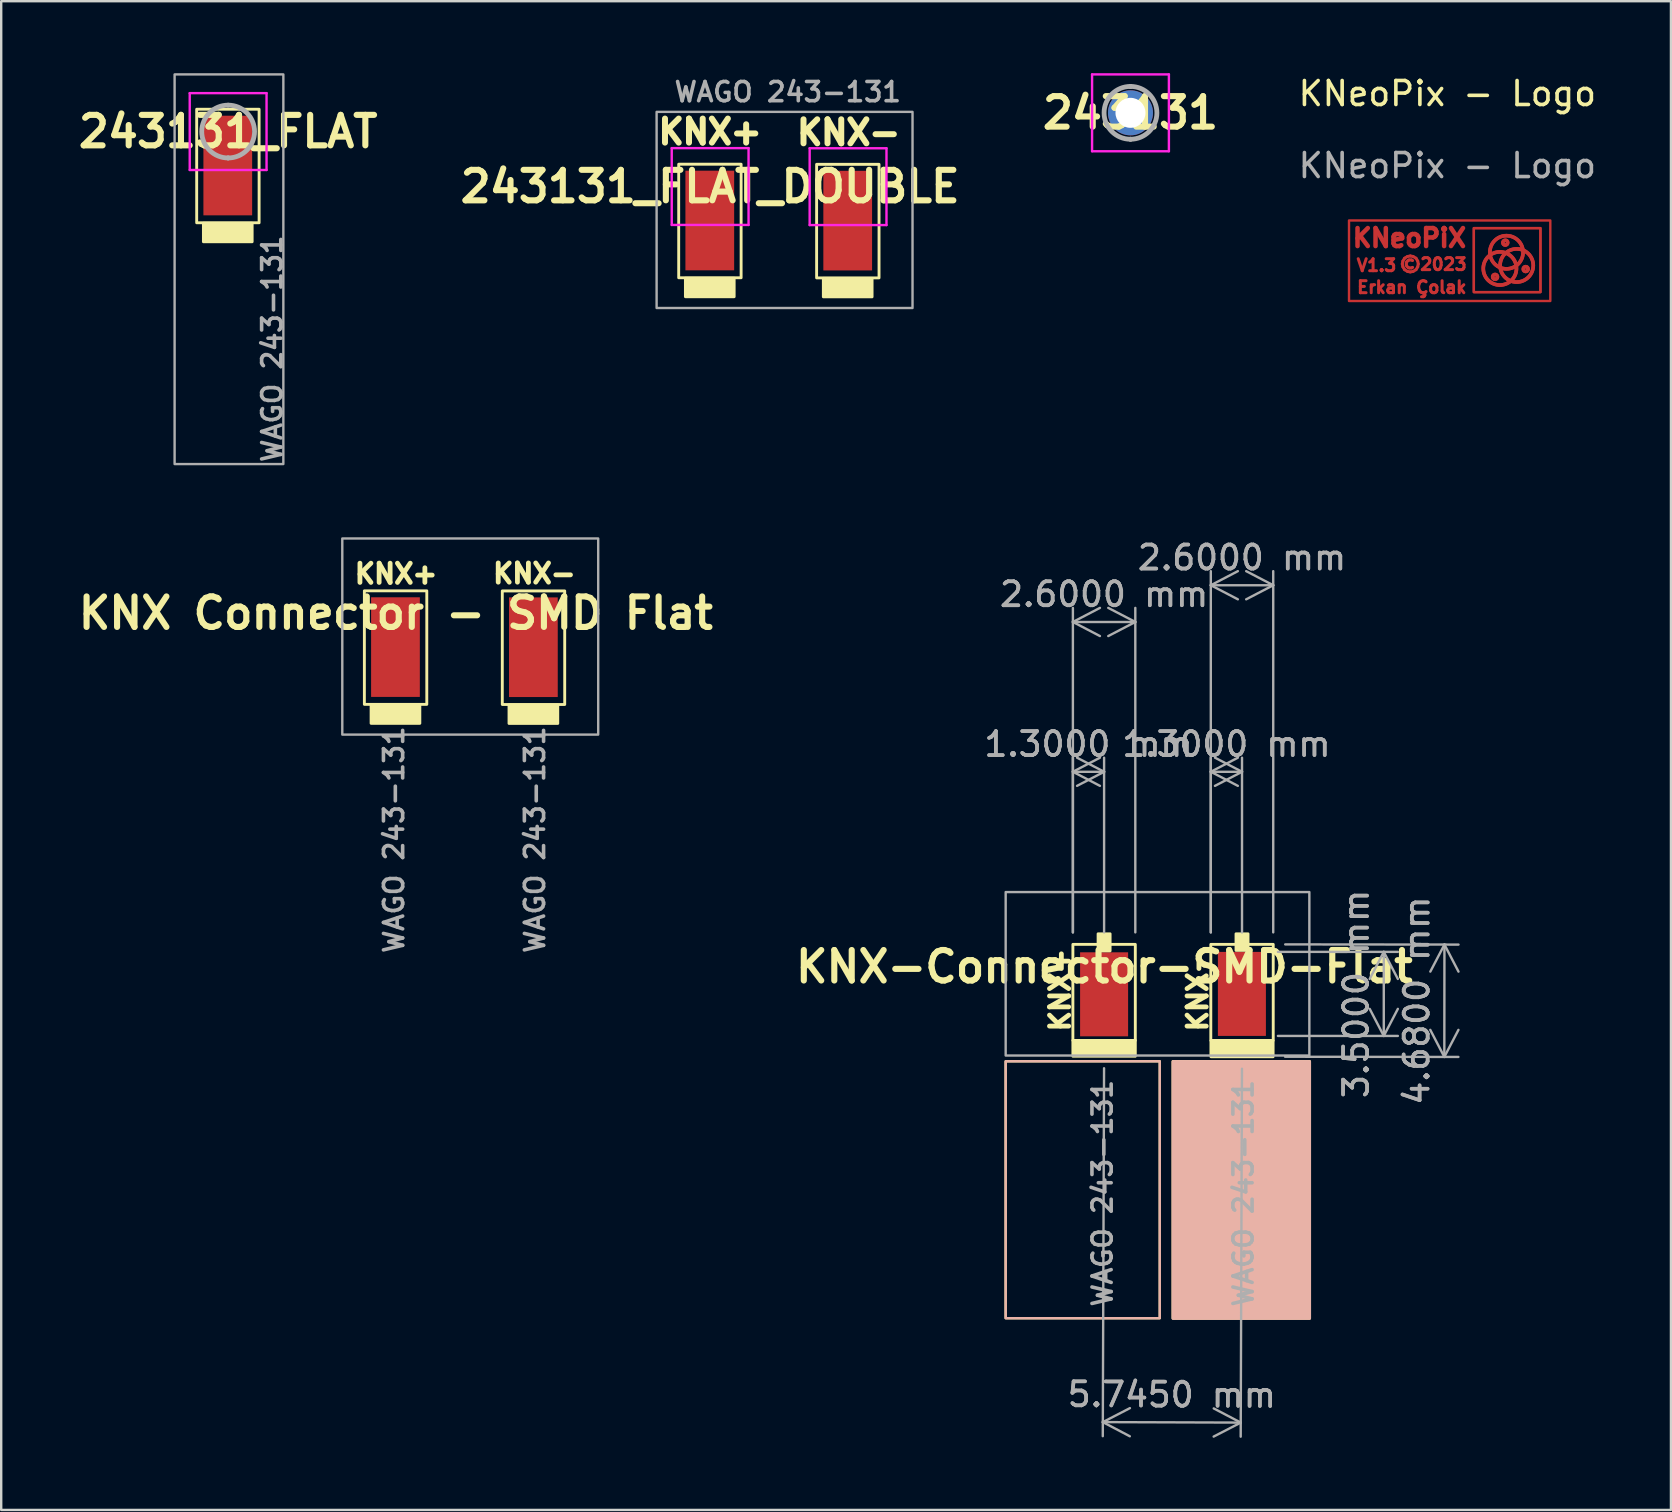
<source format=kicad_pcb>
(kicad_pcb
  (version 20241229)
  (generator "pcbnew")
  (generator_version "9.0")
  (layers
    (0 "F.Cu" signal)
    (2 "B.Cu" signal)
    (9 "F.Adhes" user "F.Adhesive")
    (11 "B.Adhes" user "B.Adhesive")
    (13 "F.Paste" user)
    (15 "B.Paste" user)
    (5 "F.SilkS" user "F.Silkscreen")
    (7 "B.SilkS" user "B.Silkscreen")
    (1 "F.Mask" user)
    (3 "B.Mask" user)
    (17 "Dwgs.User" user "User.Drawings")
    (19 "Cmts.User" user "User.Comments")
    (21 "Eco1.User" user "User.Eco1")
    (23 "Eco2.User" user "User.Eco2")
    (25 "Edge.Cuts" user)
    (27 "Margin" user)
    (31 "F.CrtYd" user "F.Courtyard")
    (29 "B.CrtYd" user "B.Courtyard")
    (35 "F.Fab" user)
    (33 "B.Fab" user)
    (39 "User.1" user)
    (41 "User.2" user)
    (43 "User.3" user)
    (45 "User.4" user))
  (footprint "243131_FLAT_DOUBLE"
    (layer "F.Cu")
    (at 26.531 4.72)
    (property "Reference" "243131_FLAT_DOUBLE" (at 0 0 0) (layer "F.SilkS") (effects (font (size 1.27 1.27) (thickness 0.254))))
    (attr through_hole)
    (fp_rect (start -1.31 -0.93) (end 1.29 3.8) (stroke (width 0.12) (type default)) (fill no) (layer "F.SilkS"))
    (fp_rect (start -1.03 3.82) (end 1 4.59) (stroke (width 0.12) (type solid)) (fill yes) (layer "F.SilkS"))
    (fp_rect (start 4.435 -0.925) (end 7.035 3.805) (stroke (width 0.12) (type default)) (fill no) (layer "F.SilkS"))
    (fp_rect (start 4.715 3.825) (end 6.745 4.595) (stroke (width 0.12) (type solid)) (fill yes) (layer "F.SilkS"))
    (fp_line (start -1.6 -1.6) (end 1.6 -1.6) (stroke (width 0.1) (type solid)) (layer "F.CrtYd"))
    (fp_line (start -1.6 1.6) (end -1.6 -1.6) (stroke (width 0.1) (type solid)) (layer "F.CrtYd"))
    (fp_line (start 1.6 -1.6) (end 1.6 1.6) (stroke (width 0.1) (type solid)) (layer "F.CrtYd"))
    (fp_line (start 1.6 1.6) (end -1.6 1.6) (stroke (width 0.1) (type solid)) (layer "F.CrtYd"))
    (fp_line (start 4.145 -1.595) (end 7.345 -1.595) (stroke (width 0.1) (type solid)) (layer "F.CrtYd"))
    (fp_line (start 4.145 1.605) (end 4.145 -1.595) (stroke (width 0.1) (type solid)) (layer "F.CrtYd"))
    (fp_line (start 7.345 -1.595) (end 7.345 1.605) (stroke (width 0.1) (type solid)) (layer "F.CrtYd"))
    (fp_line (start 7.345 1.605) (end 4.145 1.605) (stroke (width 0.1) (type solid)) (layer "F.CrtYd"))
    (fp_rect (start -2.23 -3.11) (end 8.43 5.06) (stroke (width 0.1) (type default)) (fill no) (layer "F.Fab"))
    (fp_text user "KNX+" (at 0 -2.28 0) (layer "F.SilkS") (effects (font (size 1 1) (thickness 0.25))))
    (fp_text user "KNX-" (at 5.77 -2.25 0) (layer "F.SilkS") (effects (font (size 1 1) (thickness 0.25))))
    (fp_text user "WAGO 243-131" (at -1.57 -3.47 0) (unlocked yes) (layer "F.Fab") (effects (font (size 0.8 0.8) (thickness 0.15)) (justify left bottom)))
    (pad "1" smd rect (at -0.015 1.415) (size 2.03 4.15) (layers "F.Cu" "F.Mask" "F.Paste"))
    (pad "2" smd rect (at 5.73 1.42) (size 2.03 4.15) (layers "F.Cu" "F.Mask" "F.Paste")))
  (footprint "243131"
    (layer "F.Cu")
    (at 44.04 1.65)
    (property "Reference" "243131" (at 0 0 0) (layer "F.SilkS") (effects (font (size 1.27 1.27) (thickness 0.254))))
    (attr through_hole)
    (fp_line (start 0 -1.1) (end 0 -1.1) (stroke (width 0.1) (type solid)) (layer "F.SilkS"))
    (fp_line (start 0 1.1) (end 0 1.1) (stroke (width 0.1) (type solid)) (layer "F.SilkS"))
    (fp_arc (start 0 -1.1) (mid 1.1 0) (end 0 1.1) (stroke (width 0.1) (type solid)) (layer "F.SilkS"))
    (fp_arc (start 0 1.1) (mid -1.1 0) (end 0 -1.1) (stroke (width 0.1) (type solid)) (layer "F.SilkS"))
    (fp_line (start -1.6 -1.6) (end 1.6 -1.6) (stroke (width 0.1) (type solid)) (layer "F.CrtYd"))
    (fp_line (start -1.6 1.6) (end -1.6 -1.6) (stroke (width 0.1) (type solid)) (layer "F.CrtYd"))
    (fp_line (start 1.6 -1.6) (end 1.6 1.6) (stroke (width 0.1) (type solid)) (layer "F.CrtYd"))
    (fp_line (start 1.6 1.6) (end -1.6 1.6) (stroke (width 0.1) (type solid)) (layer "F.CrtYd"))
    (fp_line (start 0 -1.1) (end 0 -1.1) (stroke (width 0.2) (type solid)) (layer "F.Fab"))
    (fp_line (start 0 1.1) (end 0 1.1) (stroke (width 0.2) (type solid)) (layer "F.Fab"))
    (fp_arc (start 0 -1.1) (mid 1.1 0) (end 0 1.1) (stroke (width 0.2) (type solid)) (layer "F.Fab"))
    (fp_arc (start 0 1.1) (mid -1.1 0) (end 0 -1.1) (stroke (width 0.2) (type solid)) (layer "F.Fab"))
    (pad "1" thru_hole circle (at 0 0) (size 1.875 1.875) (drill 1.25) (layers "*.Cu" "*.Mask")))
  (footprint "KNX-Connector-SMD-Flat"
    (layer "F.Cu")
    (at 42.951 37.218)
    (property "Reference" "KNX-Connector-SMD-Flat" (at 0 0 0) (layer "F.SilkS") (effects (font (size 1.27 1.27) (thickness 0.254))))
    (attr smd)
    (fp_rect (start -4.11 3.94) (end 2.31 14.64) (stroke (width 0.1) (type default)) (fill no) (layer "F.SilkS"))
    (fp_rect (start -1.31 -0.93) (end 1.29 3.07) (stroke (width 0.12) (type default)) (fill no) (layer "F.SilkS"))
    (fp_rect (start -1.31 3.07) (end 1.29 3.73) (stroke (width 0.12) (type solid)) (fill yes) (layer "F.SilkS"))
    (fp_rect (start -0.26 -1.37) (end 0.24 -0.66) (stroke (width 0.12) (type solid)) (fill yes) (layer "F.SilkS"))
    (fp_rect (start 2.86 3.945) (end 8.55 14.645) (stroke (width 0.12) (type solid)) (fill yes) (layer "F.SilkS"))
    (fp_rect (start 4.435 -0.93) (end 7.035 3.07) (stroke (width 0.12) (type default)) (fill no) (layer "F.SilkS"))
    (fp_rect (start 4.44 3.09) (end 7.03 3.75) (stroke (width 0.12) (type solid)) (fill yes) (layer "F.SilkS"))
    (fp_rect (start 5.485 -1.37) (end 5.985 -0.68) (stroke (width 0.12) (type solid)) (fill yes) (layer "F.SilkS"))
    (fp_rect (start -4.11 14.64) (end 2.31 3.94) (stroke (width 0.1) (type default)) (fill no) (layer "B.SilkS"))
    (fp_rect (start 2.86 14.65) (end 8.55 3.95) (stroke (width 0.12) (type solid)) (fill yes) (layer "B.SilkS"))
    (fp_rect (start -4.11 -3.11) (end 8.54 3.7) (stroke (width 0.1) (type default)) (fill no) (layer "F.Fab"))
    (fp_text user "KNX-" (at 3.885 0.969 90) (layer "F.SilkS") (effects (font (size 0.8 0.8) (thickness 0.2))))
    (fp_text user "KNX+" (at -1.845 0.969 90) (layer "F.SilkS") (effects (font (size 0.8 0.8) (thickness 0.2))))
    (fp_text user "WAGO 243-131" (at 0.39 14.24 90) (unlocked yes) (layer "F.Fab") (effects (font (size 0.8 0.8) (thickness 0.15)) (justify left bottom)))
    (fp_text user "WAGO 243-131" (at 6.26 14.24 90) (unlocked yes) (layer "F.Fab") (effects (font (size 0.8 0.8) (thickness 0.15)) (justify left bottom)))
    (dimension (type aligned) (layer "F.Fab") (pts (xy 41.641 36.288) (xy 44.241 36.288)) (height -13.43) (format (prefix "") (suffix "") (units 3) (units_format 1) (precision 4)) (style (thickness 0.1) (arrow_length 1.27) (text_position_mode 0) (arrow_direction outward) (extension_height 0.586) (extension_offset 0.5) (keep_text_aligned yes)) (gr_text "2.6000 mm" (at 42.941 21.708 0) (layer "F.Fab") (effects (font (size 1 1) (thickness 0.15)))))
    (dimension (type aligned) (layer "F.Fab") (pts (xy 47.386 36.288) (xy 49.986 36.288)) (height -14.96) (format (prefix "") (suffix "") (units 3) (units_format 1) (precision 4)) (style (thickness 0.1) (arrow_length 1.27) (text_position_mode 0) (arrow_direction outward) (extension_height 0.586) (extension_offset 0.5) (keep_text_aligned yes)) (gr_text "2.6000 mm" (at 48.686 20.178 0) (layer "F.Fab") (effects (font (size 1 1) (thickness 0.15)))))
    (dimension (type aligned) (layer "F.Fab") (pts (xy 49.986 36.288) (xy 49.981 40.968)) (height -7.132) (format (prefix "") (suffix "") (units 3) (units_format 1) (precision 4)) (style (thickness 0.1) (arrow_length 1.27) (text_position_mode 0) (arrow_direction outward) (extension_height 0.586) (extension_offset 0.5) (keep_text_aligned yes)) (gr_text "4.6800 mm" (at 55.965 38.635 89.939) (layer "F.Fab") (effects (font (size 1 1) (thickness 0.15)))))
    (dimension (type aligned) (layer "F.Fab") (pts (xy 49.681 36.601) (xy 49.681 40.101)) (height -4.91) (format (prefix "") (suffix "") (units 3) (units_format 1) (precision 4)) (style (thickness 0.1) (arrow_length 1.27) (text_position_mode 0) (arrow_direction outward) (extension_height 0.586) (extension_offset 0.5) (keep_text_aligned yes)) (gr_text "3.5000 mm" (at 53.441 38.351 90) (layer "F.Fab") (effects (font (size 1 1) (thickness 0.15)))))
    (dimension (type aligned) (layer "F.Fab") (pts (xy 42.941 40.948) (xy 48.686 40.968)) (height 15.24) (format (prefix "") (suffix "") (units 3) (units_format 1) (precision 4)) (style (thickness 0.1) (arrow_length 1.27) (text_position_mode 0) (arrow_direction outward) (extension_height 0.586) (extension_offset 0.5) (keep_text_aligned yes)) (gr_text "5.7450 mm" (at 45.764 55.048 359.801) (layer "F.Fab") (effects (font (size 1 1) (thickness 0.15)))))
    (dimension (type aligned) (layer "F.Fab") (pts (xy 41.641 36.288) (xy 42.941 36.288)) (height -7.19) (format (prefix "") (suffix "") (units 3) (units_format 1) (precision 4)) (style (thickness 0.1) (arrow_length 1.27) (text_position_mode 0) (arrow_direction outward) (extension_height 0.586) (extension_offset 0.5) (keep_text_aligned yes)) (gr_text "1.3000 mm" (at 42.291 27.948 0) (layer "F.Fab") (effects (font (size 1 1) (thickness 0.15)))))
    (dimension (type aligned) (layer "F.Fab") (pts (xy 47.386 36.288) (xy 48.686 36.288)) (height -7.19) (format (prefix "") (suffix "") (units 3) (units_format 1) (precision 4)) (style (thickness 0.1) (arrow_length 1.27) (text_position_mode 0) (arrow_direction outward) (extension_height 0.586) (extension_offset 0.5) (keep_text_aligned yes)) (gr_text "1.3000 mm" (at 48.036 27.948 0) (layer "F.Fab") (effects (font (size 1 1) (thickness 0.15)))))
    (pad "1" smd rect (at -0.01 1.15) (size 2 3.5) (layers "F.Cu" "F.Mask" "F.Paste"))
    (pad "2" smd rect (at 5.73 1.133) (size 2 3.5) (layers "F.Cu" "F.Mask" "F.Paste")))
  (footprint "KNX Connector - SMD Flat"
    (layer "F.Cu")
    (at 13.438 22.49)
    (property "Reference" "KNX Connector - SMD Flat" (at 0 0 0) (layer "F.SilkS") (effects (font (size 1.27 1.27) (thickness 0.254))))
    (attr through_hole)
    (fp_rect (start -1.31 -0.93) (end 1.29 3.8) (stroke (width 0.12) (type default)) (fill no) (layer "F.SilkS"))
    (fp_rect (start -1.03 3.82) (end 1 4.59) (stroke (width 0.12) (type solid)) (fill yes) (layer "F.SilkS"))
    (fp_rect (start 4.435 -0.925) (end 7.035 3.805) (stroke (width 0.12) (type default)) (fill no) (layer "F.SilkS"))
    (fp_rect (start 4.715 3.825) (end 6.745 4.595) (stroke (width 0.12) (type solid)) (fill yes) (layer "F.SilkS"))
    (fp_rect (start -2.23 -3.11) (end 8.43 5.06) (stroke (width 0.1) (type default)) (fill no) (layer "F.Fab"))
    (fp_text user "KNX+" (at 0.01 -1.64 0) (layer "F.SilkS") (effects (font (size 0.8 0.8) (thickness 0.2))))
    (fp_text user "KNX-" (at 5.77 -1.65 0) (layer "F.SilkS") (effects (font (size 0.8 0.8) (thickness 0.2))))
    (fp_text user "WAGO 243-131" (at 0.39 14.24 90) (unlocked yes) (layer "F.Fab") (effects (font (size 0.8 0.8) (thickness 0.15)) (justify left bottom)))
    (fp_text user "WAGO 243-131" (at 6.26 14.24 90) (unlocked yes) (layer "F.Fab") (effects (font (size 0.8 0.8) (thickness 0.15)) (justify left bottom)))
    (pad "1" smd rect (at -0.015 1.415) (size 2.03 4.15) (layers "F.Cu" "F.Mask" "F.Paste"))
    (pad "2" smd rect (at 5.73 1.42) (size 2.03 4.15) (layers "F.Cu" "F.Mask" "F.Paste")))
  (footprint "KNeoPix - Logo"
    (layer "F.Cu")
    (at 57.188 7.598)
    (property "Reference" "KNeoPix - Logo" (at 0.05 -6.75 0) (unlocked yes) (layer "F.SilkS") (effects (font (size 1 1) (thickness 0.15))))
    (fp_rect (start 3.929 1.52) (end 1.154 -1.145) (stroke (width 0.1) (type solid)) (fill no) (layer "F.Cu"))
    (fp_rect (start 3.929 1.52) (end 1.154 -1.145) (stroke (width 0.1) (type solid)) (fill no) (layer "F.Cu"))
    (fp_rect (start 4.34 1.89) (end -4.045 -1.465) (stroke (width 0.1) (type solid)) (fill no) (layer "F.Cu"))
    (fp_circle (center 2.039 0.885) (end 2.039 0.86) (stroke (width 0.15) (type solid)) (fill no) (layer "F.Cu"))
    (fp_circle (center 2.039 0.885) (end 2.039 0.86) (stroke (width 0.15) (type solid)) (fill no) (layer "F.Cu"))
    (fp_circle (center 2.239 0.535) (end 2.239 -0.156) (stroke (width 0.15) (type solid)) (fill no) (layer "F.Cu"))
    (fp_circle (center 2.239 0.535) (end 2.239 -0.156) (stroke (width 0.15) (type solid)) (fill no) (layer "F.Cu"))
    (fp_circle (center 2.464 -0.54) (end 2.464 -0.565) (stroke (width 0.15) (type solid)) (fill no) (layer "F.Cu"))
    (fp_circle (center 2.464 -0.54) (end 2.464 -0.565) (stroke (width 0.15) (type solid)) (fill no) (layer "F.Cu"))
    (fp_circle (center 2.514 -0.14) (end 2.514 -0.831) (stroke (width 0.15) (type solid)) (fill no) (layer "F.Cu"))
    (fp_circle (center 2.514 -0.14) (end 2.514 -0.831) (stroke (width 0.15) (type solid)) (fill no) (layer "F.Cu"))
    (fp_circle (center 2.939 0.41) (end 2.939 -0.281) (stroke (width 0.15) (type solid)) (fill no) (layer "F.Cu"))
    (fp_circle (center 2.939 0.41) (end 2.939 -0.281) (stroke (width 0.15) (type solid)) (fill no) (layer "F.Cu"))
    (fp_circle (center 3.314 0.56) (end 3.314 0.535) (stroke (width 0.15) (type solid)) (fill no) (layer "F.Cu"))
    (fp_circle (center 3.314 0.56) (end 3.314 0.535) (stroke (width 0.15) (type solid)) (fill no) (layer "F.Cu"))
    (fp_text user "V1.3" (at -2.9 0.404 0) (unlocked yes) (layer "F.Cu") (effects (font (size 0.5 0.5) (thickness 0.125))))
    (fp_text user "Erkan Çolak" (at -1.43 1.32 0) (unlocked yes) (layer "F.Cu") (effects (font (size 0.5 0.5) (thickness 0.125))))
    (fp_text user "©2023" (at -0.54 0.36 0) (unlocked yes) (layer "F.Cu") (effects (font (size 0.5 0.5) (thickness 0.125))))
    (fp_text user "KNeoPiX" (at -1.53 -0.736 0) (unlocked yes) (layer "F.Cu") (effects (font (size 0.75 0.75) (thickness 0.188))))
    (fp_text user "${REFERENCE}" (at 0.05 -3.75 0) (unlocked yes) (layer "F.Fab") (effects (font (size 1 1) (thickness 0.15))))
    (pad "" smd rect (at 0.195 0.215) (size 8.79 3.73) (layers "*.Mask")))
  (footprint "243131_FLAT"
    (layer "F.Cu")
    (at 6.453 2.43)
    (property "Reference" "243131_FLAT" (at 0 0 0) (layer "F.SilkS") (effects (font (size 1.27 1.27) (thickness 0.254))))
    (attr through_hole)
    (fp_line (start 0 1.1) (end 0 1.1) (stroke (width 0.1) (type solid)) (layer "F.SilkS"))
    (fp_rect (start -1.31 -0.93) (end 1.29 3.8) (stroke (width 0.12) (type default)) (fill no) (layer "F.SilkS"))
    (fp_rect (start -1.03 3.82) (end 1 4.59) (stroke (width 0.12) (type solid)) (fill yes) (layer "F.SilkS"))
    (fp_line (start -1.6 -1.6) (end 1.6 -1.6) (stroke (width 0.1) (type solid)) (layer "F.CrtYd"))
    (fp_line (start -1.6 1.6) (end -1.6 -1.6) (stroke (width 0.1) (type solid)) (layer "F.CrtYd"))
    (fp_line (start 1.6 -1.6) (end 1.6 1.6) (stroke (width 0.1) (type solid)) (layer "F.CrtYd"))
    (fp_line (start 1.6 1.6) (end -1.6 1.6) (stroke (width 0.1) (type solid)) (layer "F.CrtYd"))
    (fp_line (start 0 1.1) (end 0 1.1) (stroke (width 0.2) (type solid)) (layer "F.Fab"))
    (fp_rect (start -2.23 -2.38) (end 2.3 13.85) (stroke (width 0.1) (type default)) (fill no) (layer "F.Fab"))
    (fp_arc (start 0 -1.1) (mid 1.1 0) (end 0 1.1) (stroke (width 0.2) (type solid)) (layer "F.Fab"))
    (fp_arc (start 0 1.1) (mid -1.1 0) (end 0 -1.1) (stroke (width 0.2) (type solid)) (layer "F.Fab"))
    (fp_text user "WAGO 243-131" (at 2.3 13.85 90) (unlocked yes) (layer "F.Fab") (effects (font (size 0.8 0.8) (thickness 0.15)) (justify left bottom)))
    (pad "1" smd rect (at -0.015 1.415) (size 2.03 4.15) (layers "F.Cu" "F.Mask" "F.Paste")))
  (gr_rect
    (start -3 -3)
    (end 66.553 59.845)
    (stroke (width 0.1) (type default))
    (fill no)
    (layer "Edge.Cuts")))
</source>
